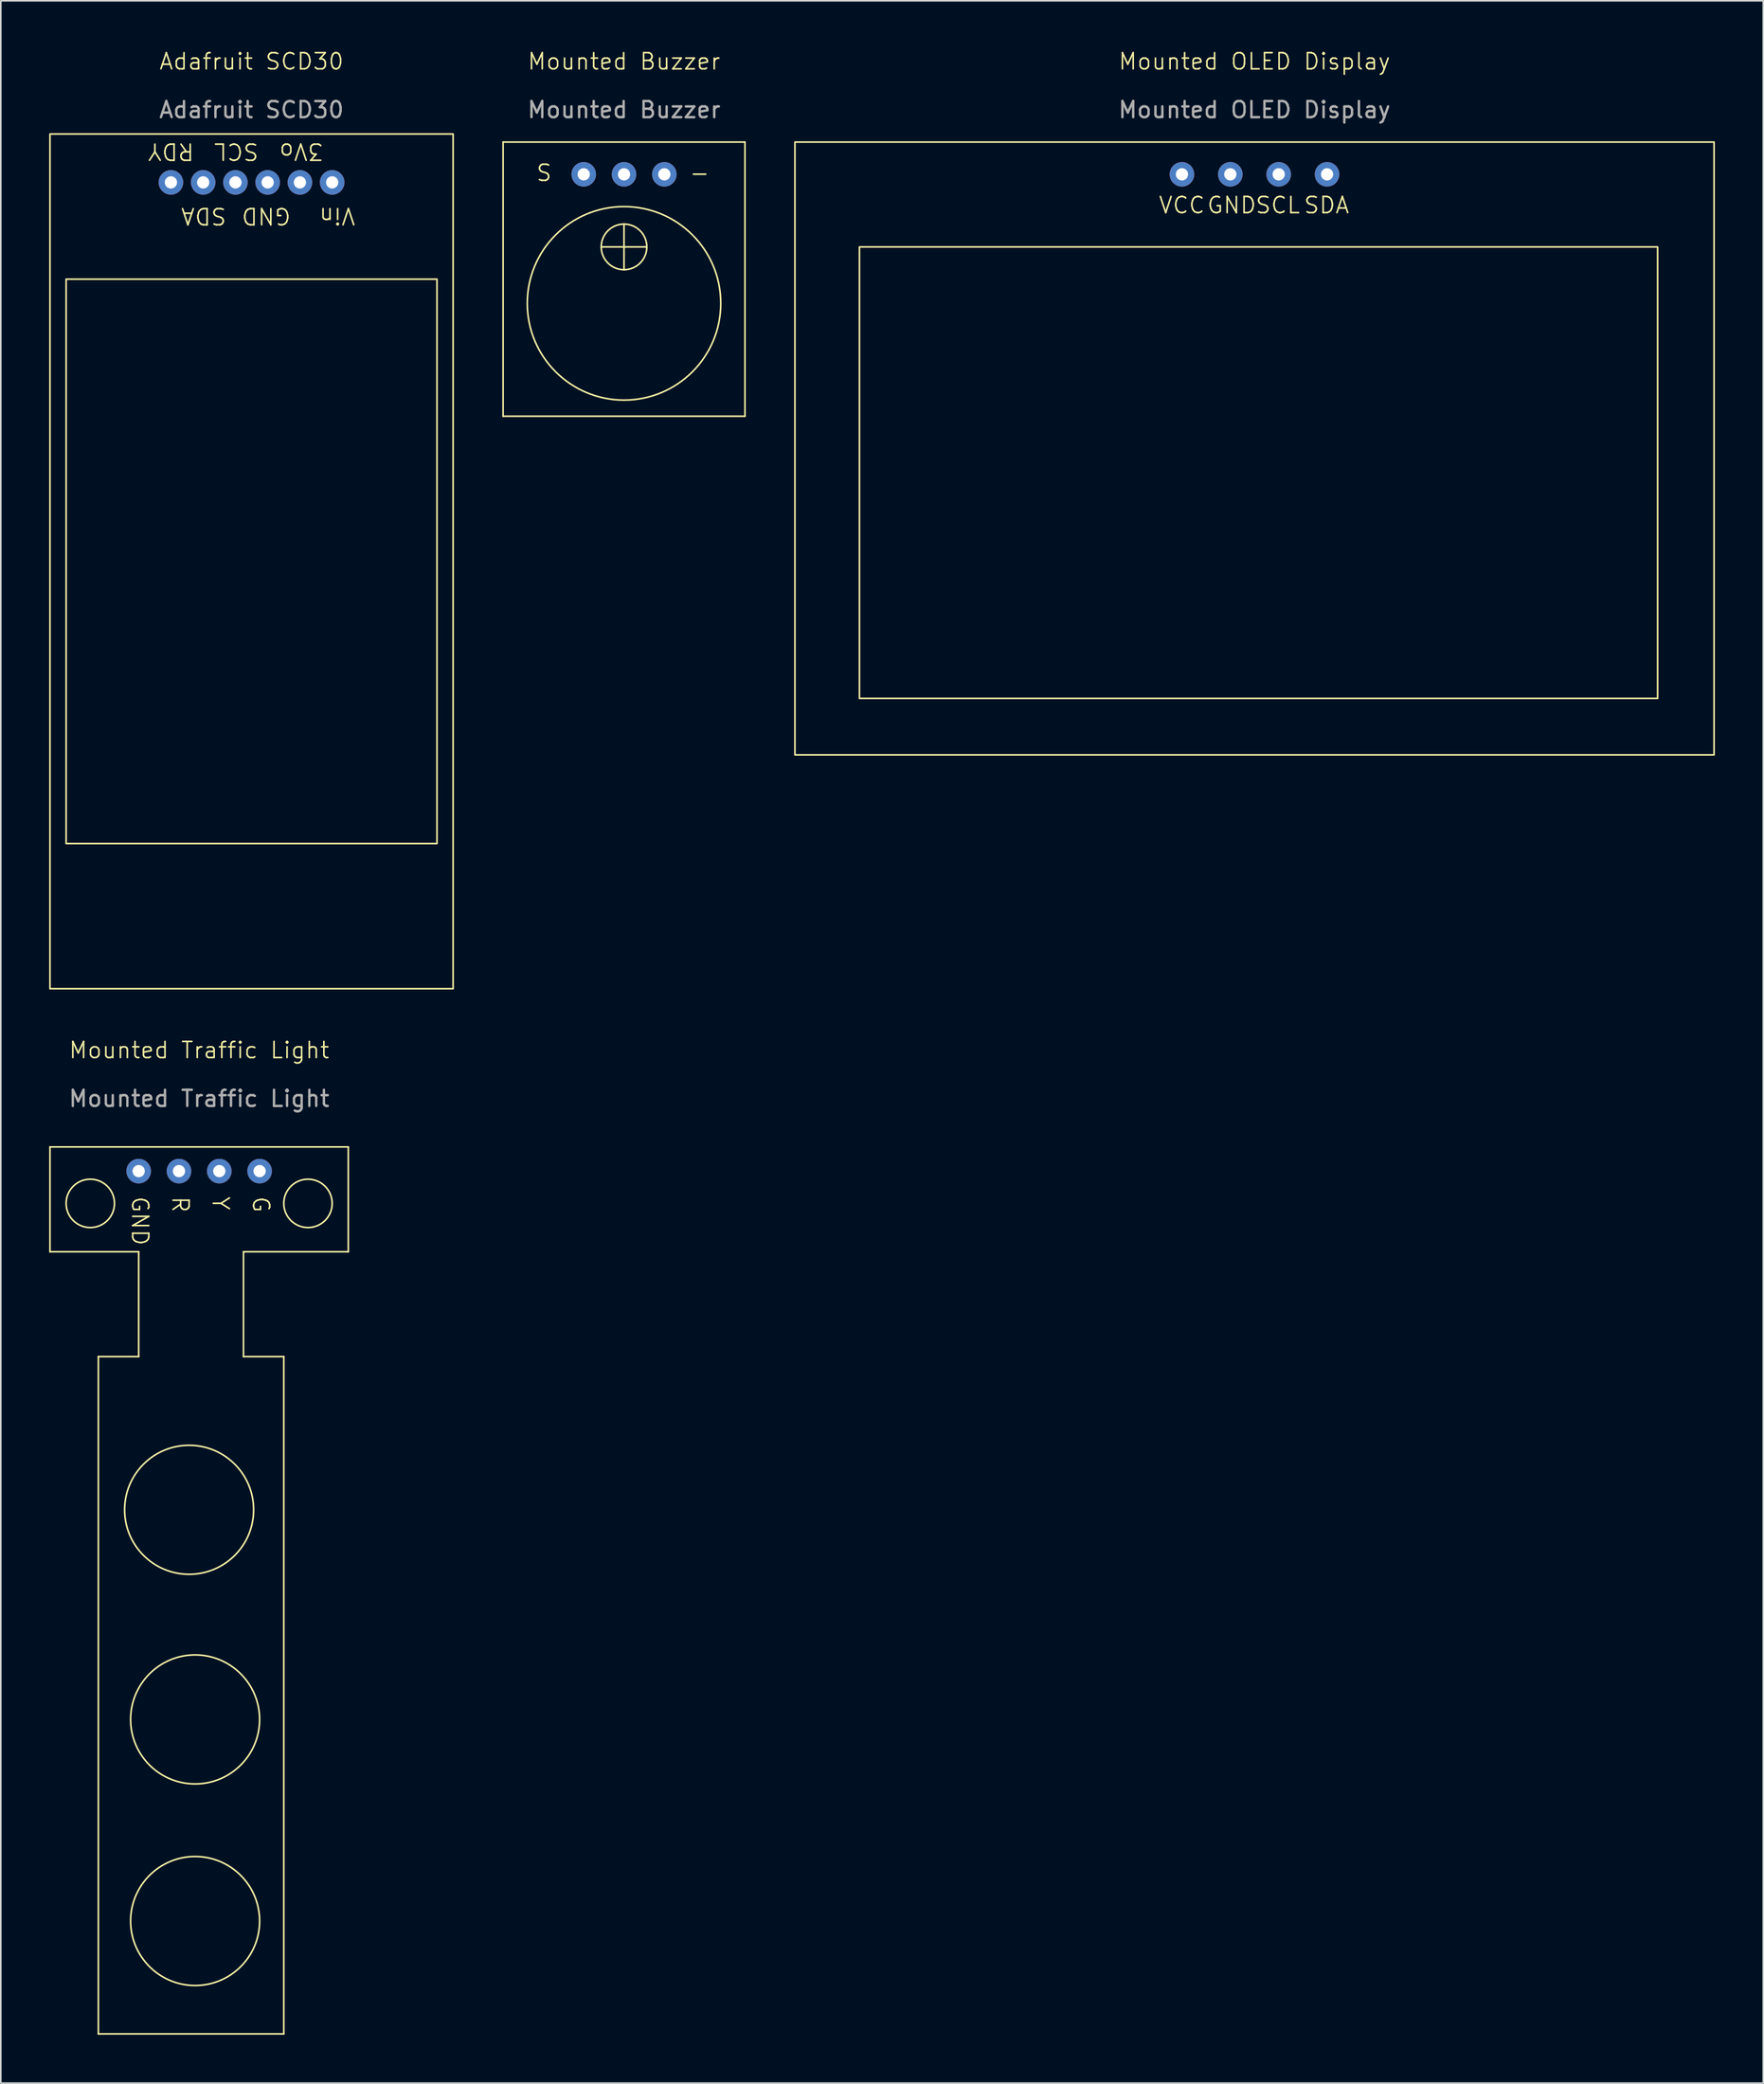
<source format=kicad_pcb>
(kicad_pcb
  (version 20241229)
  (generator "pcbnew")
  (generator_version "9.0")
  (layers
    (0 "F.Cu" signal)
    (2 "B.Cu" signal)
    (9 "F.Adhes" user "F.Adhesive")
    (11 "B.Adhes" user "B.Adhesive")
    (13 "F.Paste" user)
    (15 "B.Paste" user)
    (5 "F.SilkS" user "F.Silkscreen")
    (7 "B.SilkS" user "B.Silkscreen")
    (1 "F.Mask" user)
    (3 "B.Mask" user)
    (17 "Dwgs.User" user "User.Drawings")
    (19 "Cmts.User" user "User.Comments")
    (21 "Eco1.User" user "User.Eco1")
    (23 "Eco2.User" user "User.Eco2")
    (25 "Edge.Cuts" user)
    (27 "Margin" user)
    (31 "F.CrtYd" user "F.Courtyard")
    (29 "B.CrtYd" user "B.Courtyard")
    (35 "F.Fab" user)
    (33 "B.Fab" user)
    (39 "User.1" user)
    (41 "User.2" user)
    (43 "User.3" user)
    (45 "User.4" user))
  (footprint "Mounted OLED Display"
    (layer "F.Cu")
    (at 74.75 1.26)
    (property "Reference" "Mounted OLED Display" (at 0 -0.5 0) (unlocked yes) (layer "F.SilkS") (effects (font (size 1 1) (thickness 0.1))))
    (attr through_hole)
    (fp_rect (start -28.5 4.5) (end 28.5 42.5) (stroke (width 0.1) (type default)) (fill no) (layer "F.SilkS"))
    (fp_rect (start -24.5 11) (end 25 39) (stroke (width 0.1) (type default)) (fill no) (layer "F.SilkS"))
    (fp_text user "GND" (at -3 9 0) (unlocked yes) (layer "F.SilkS") (effects (font (size 1 1) (thickness 0.1)) (justify left bottom)))
    (fp_text user "SCL" (at 0 9 0) (unlocked yes) (layer "F.SilkS") (effects (font (size 1 1) (thickness 0.1)) (justify left bottom)))
    (fp_text user "VCC" (at -6 9 0) (unlocked yes) (layer "F.SilkS") (effects (font (size 1 1) (thickness 0.1)) (justify left bottom)))
    (fp_text user "SDA" (at 3 9 0) (unlocked yes) (layer "F.SilkS") (effects (font (size 1 1) (thickness 0.1)) (justify left bottom)))
    (fp_text user "${REFERENCE}" (at 0 2.5 0) (unlocked yes) (layer "F.Fab") (effects (font (size 1 1) (thickness 0.15))))
    (pad "1" thru_hole circle (at -4.5 6.5) (size 1.524 1.524) (drill 0.762) (layers "*.Cu" "*.Mask"))
    (pad "2" thru_hole circle (at -1.5 6.5) (size 1.524 1.524) (drill 0.762) (layers "*.Cu" "*.Mask"))
    (pad "3" thru_hole circle (at 1.5 6.5) (size 1.524 1.524) (drill 0.762) (layers "*.Cu" "*.Mask"))
    (pad "4" thru_hole circle (at 4.5 6.5) (size 1.524 1.524) (drill 0.762) (layers "*.Cu" "*.Mask")))
  (footprint "Mounted Traffic Light"
    (layer "F.Cu")
    (at 9.3 62.571)
    (property "Reference" "Mounted Traffic Light" (at 0 -0.5 0) (unlocked yes) (layer "F.SilkS") (effects (font (size 1 1) (thickness 0.1))))
    (attr through_hole)
    (fp_line (start -9.25 5.5) (end -9.25 12) (stroke (width 0.1) (type default)) (layer "F.SilkS"))
    (fp_line (start -9.25 12) (end -3.75 12) (stroke (width 0.1) (type default)) (layer "F.SilkS"))
    (fp_line (start -6.25 18.5) (end -6.25 60.5) (stroke (width 0.1) (type default)) (layer "F.SilkS"))
    (fp_line (start -6.25 60.5) (end 5.25 60.5) (stroke (width 0.1) (type default)) (layer "F.SilkS"))
    (fp_line (start -3.75 12) (end -3.75 18.5) (stroke (width 0.1) (type default)) (layer "F.SilkS"))
    (fp_line (start -3.75 18.5) (end -6.25 18.5) (stroke (width 0.1) (type default)) (layer "F.SilkS"))
    (fp_line (start 2.75 12) (end 2.75 18.5) (stroke (width 0.1) (type default)) (layer "F.SilkS"))
    (fp_line (start 2.75 12) (end 9.25 12) (stroke (width 0.1) (type default)) (layer "F.SilkS"))
    (fp_line (start 2.75 18.5) (end 5.25 18.5) (stroke (width 0.1) (type default)) (layer "F.SilkS"))
    (fp_line (start 5.25 18.5) (end 5.25 60.5) (stroke (width 0.1) (type default)) (layer "F.SilkS"))
    (fp_line (start 9.25 5.5) (end -9.25 5.5) (stroke (width 0.1) (type default)) (layer "F.SilkS"))
    (fp_line (start 9.25 12) (end 9.25 5.5) (stroke (width 0.1) (type default)) (layer "F.SilkS"))
    (fp_circle (center -6.75 9) (end -6.75 10.5) (stroke (width 0.1) (type default)) (fill no) (layer "F.SilkS"))
    (fp_circle (center -0.621 28) (end -0.621 32) (stroke (width 0.1) (type default)) (fill no) (layer "F.SilkS"))
    (fp_circle (center -0.25 41) (end -0.25 45) (stroke (width 0.1) (type default)) (fill no) (layer "F.SilkS"))
    (fp_circle (center -0.25 53.5) (end -0.25 57.5) (stroke (width 0.1) (type default)) (fill no) (layer "F.SilkS"))
    (fp_circle (center 6.75 9) (end 6.75 10.5) (stroke (width 0.1) (type default)) (fill no) (layer "F.SilkS"))
    (fp_text user "GND" (at -4.25 8.5 270) (unlocked yes) (layer "F.SilkS") (effects (font (size 1 1) (thickness 0.1)) (justify left bottom)))
    (fp_text user "Y" (at 0.75 8.5 270) (unlocked yes) (layer "F.SilkS") (effects (font (size 1 1) (thickness 0.1)) (justify left bottom)))
    (fp_text user "G" (at 3.25 8.5 270) (unlocked yes) (layer "F.SilkS") (effects (font (size 1 1) (thickness 0.1)) (justify left bottom)))
    (fp_text user "R" (at -1.75 8.5 270) (unlocked yes) (layer "F.SilkS") (effects (font (size 1 1) (thickness 0.1)) (justify left bottom)))
    (fp_text user "${REFERENCE}" (at 0 2.5 0) (unlocked yes) (layer "F.Fab") (effects (font (size 1 1) (thickness 0.15))))
    (pad "4" thru_hole circle (at 3.75 7 270) (size 1.524 1.524) (drill 0.762) (layers "*.Cu" "*.Mask"))
    (pad "5" thru_hole circle (at 1.25 7 270) (size 1.524 1.524) (drill 0.762) (layers "*.Cu" "*.Mask"))
    (pad "6" thru_hole circle (at -1.25 7 270) (size 1.524 1.524) (drill 0.762) (layers "*.Cu" "*.Mask"))
    (pad "7" thru_hole circle (at -3.75 7 270) (size 1.524 1.524) (drill 0.762) (layers "*.Cu" "*.Mask")))
  (footprint "Adafruit SCD30"
    (layer "F.Cu")
    (at 12.55 1.26)
    (property "Reference" "Adafruit SCD30" (at 0 -0.5 0) (unlocked yes) (layer "F.SilkS") (effects (font (size 1 1) (thickness 0.1))))
    (attr through_hole)
    (fp_rect (start -12.5 4) (end 12.5 57) (stroke (width 0.1) (type default)) (fill no) (layer "F.SilkS"))
    (fp_rect (start -11.5 13) (end 11.5 48) (stroke (width 0.1) (type default)) (fill no) (layer "F.SilkS"))
    (fp_text user "Vin" (at 6.5 8.5 180) (unlocked yes) (layer "F.SilkS") (effects (font (size 1 1) (thickness 0.1)) (justify left bottom)))
    (fp_text user "SDA" (at -1.5 8.5 180) (unlocked yes) (layer "F.SilkS") (effects (font (size 1 1) (thickness 0.1)) (justify left bottom)))
    (fp_text user "RDY" (at -3.5 4.5 180) (unlocked yes) (layer "F.SilkS") (effects (font (size 1 1) (thickness 0.1)) (justify left bottom)))
    (fp_text user "SCL" (at 0.5 4.5 180) (unlocked yes) (layer "F.SilkS") (effects (font (size 1 1) (thickness 0.1)) (justify left bottom)))
    (fp_text user "GND" (at 2.5 8.5 180) (unlocked yes) (layer "F.SilkS") (effects (font (size 1 1) (thickness 0.1)) (justify left bottom)))
    (fp_text user "3Vo" (at 4.5 4.5 180) (unlocked yes) (layer "F.SilkS") (effects (font (size 1 1) (thickness 0.1)) (justify left bottom)))
    (fp_text user "${REFERENCE}" (at 0 2.5 0) (unlocked yes) (layer "F.Fab") (effects (font (size 1 1) (thickness 0.15))))
    (pad "1" thru_hole circle (at 5 7 270) (size 1.524 1.524) (drill 0.762) (layers "*.Cu" "*.Mask"))
    (pad "2" thru_hole circle (at 3 7 270) (size 1.524 1.524) (drill 0.762) (layers "*.Cu" "*.Mask"))
    (pad "3" thru_hole circle (at 1 7 270) (size 1.524 1.524) (drill 0.762) (layers "*.Cu" "*.Mask"))
    (pad "4" thru_hole circle (at -1 7 270) (size 1.524 1.524) (drill 0.762) (layers "*.Cu" "*.Mask"))
    (pad "5" thru_hole circle (at -3 7 270) (size 1.524 1.524) (drill 0.762) (layers "*.Cu" "*.Mask"))
    (pad "6" thru_hole circle (at -5 7 270) (size 1.524 1.524) (drill 0.762) (layers "*.Cu" "*.Mask")))
  (footprint "Mounted Buzzer"
    (layer "F.Cu")
    (at 35.65 1.26)
    (property "Reference" "Mounted Buzzer" (at 0 -0.5 0) (unlocked yes) (layer "F.SilkS") (effects (font (size 1 1) (thickness 0.1))))
    (attr through_hole)
    (fp_line (start -7.5 4.5) (end 7.5 4.5) (stroke (width 0.1) (type default)) (layer "F.SilkS"))
    (fp_line (start -7.5 21.5) (end -7.5 4.5) (stroke (width 0.1) (type default)) (layer "F.SilkS"))
    (fp_line (start -1.414 11) (end 1.414 11) (stroke (width 0.1) (type default)) (layer "F.SilkS"))
    (fp_line (start 0 9.586) (end 0 12.414) (stroke (width 0.1) (type default)) (layer "F.SilkS"))
    (fp_line (start 7.5 4.5) (end 7.5 21.5) (stroke (width 0.1) (type default)) (layer "F.SilkS"))
    (fp_line (start 7.5 21.5) (end -7.5 21.5) (stroke (width 0.1) (type default)) (layer "F.SilkS"))
    (fp_circle (center 0 11) (end 1 10) (stroke (width 0.1) (type default)) (fill no) (layer "F.SilkS"))
    (fp_circle (center 0 14.5) (end 6 14.5) (stroke (width 0.1) (type default)) (fill no) (layer "F.SilkS"))
    (fp_text user "-" (at 4 7 0) (unlocked yes) (layer "F.SilkS") (effects (font (size 1 1) (thickness 0.1)) (justify left bottom)))
    (fp_text user "S" (at -5.5 7 0) (unlocked yes) (layer "F.SilkS") (effects (font (size 1 1) (thickness 0.1)) (justify left bottom)))
    (fp_text user "${REFERENCE}" (at 0 2.5 0) (unlocked yes) (layer "F.Fab") (effects (font (size 1 1) (thickness 0.15))))
    (pad "1" thru_hole circle (at -2.5 6.5) (size 1.524 1.524) (drill 0.762) (layers "*.Cu" "*.Mask"))
    (pad "2" thru_hole circle (at 0 6.5) (size 1.524 1.524) (drill 0.762) (layers "*.Cu" "*.Mask"))
    (pad "3" thru_hole circle (at 2.5 6.5) (size 1.524 1.524) (drill 0.762) (layers "*.Cu" "*.Mask")))
  (gr_rect
    (start -3 -3)
    (end 106.3 126.121)
    (stroke (width 0.1) (type default))
    (fill no)
    (layer "Edge.Cuts")))
</source>
